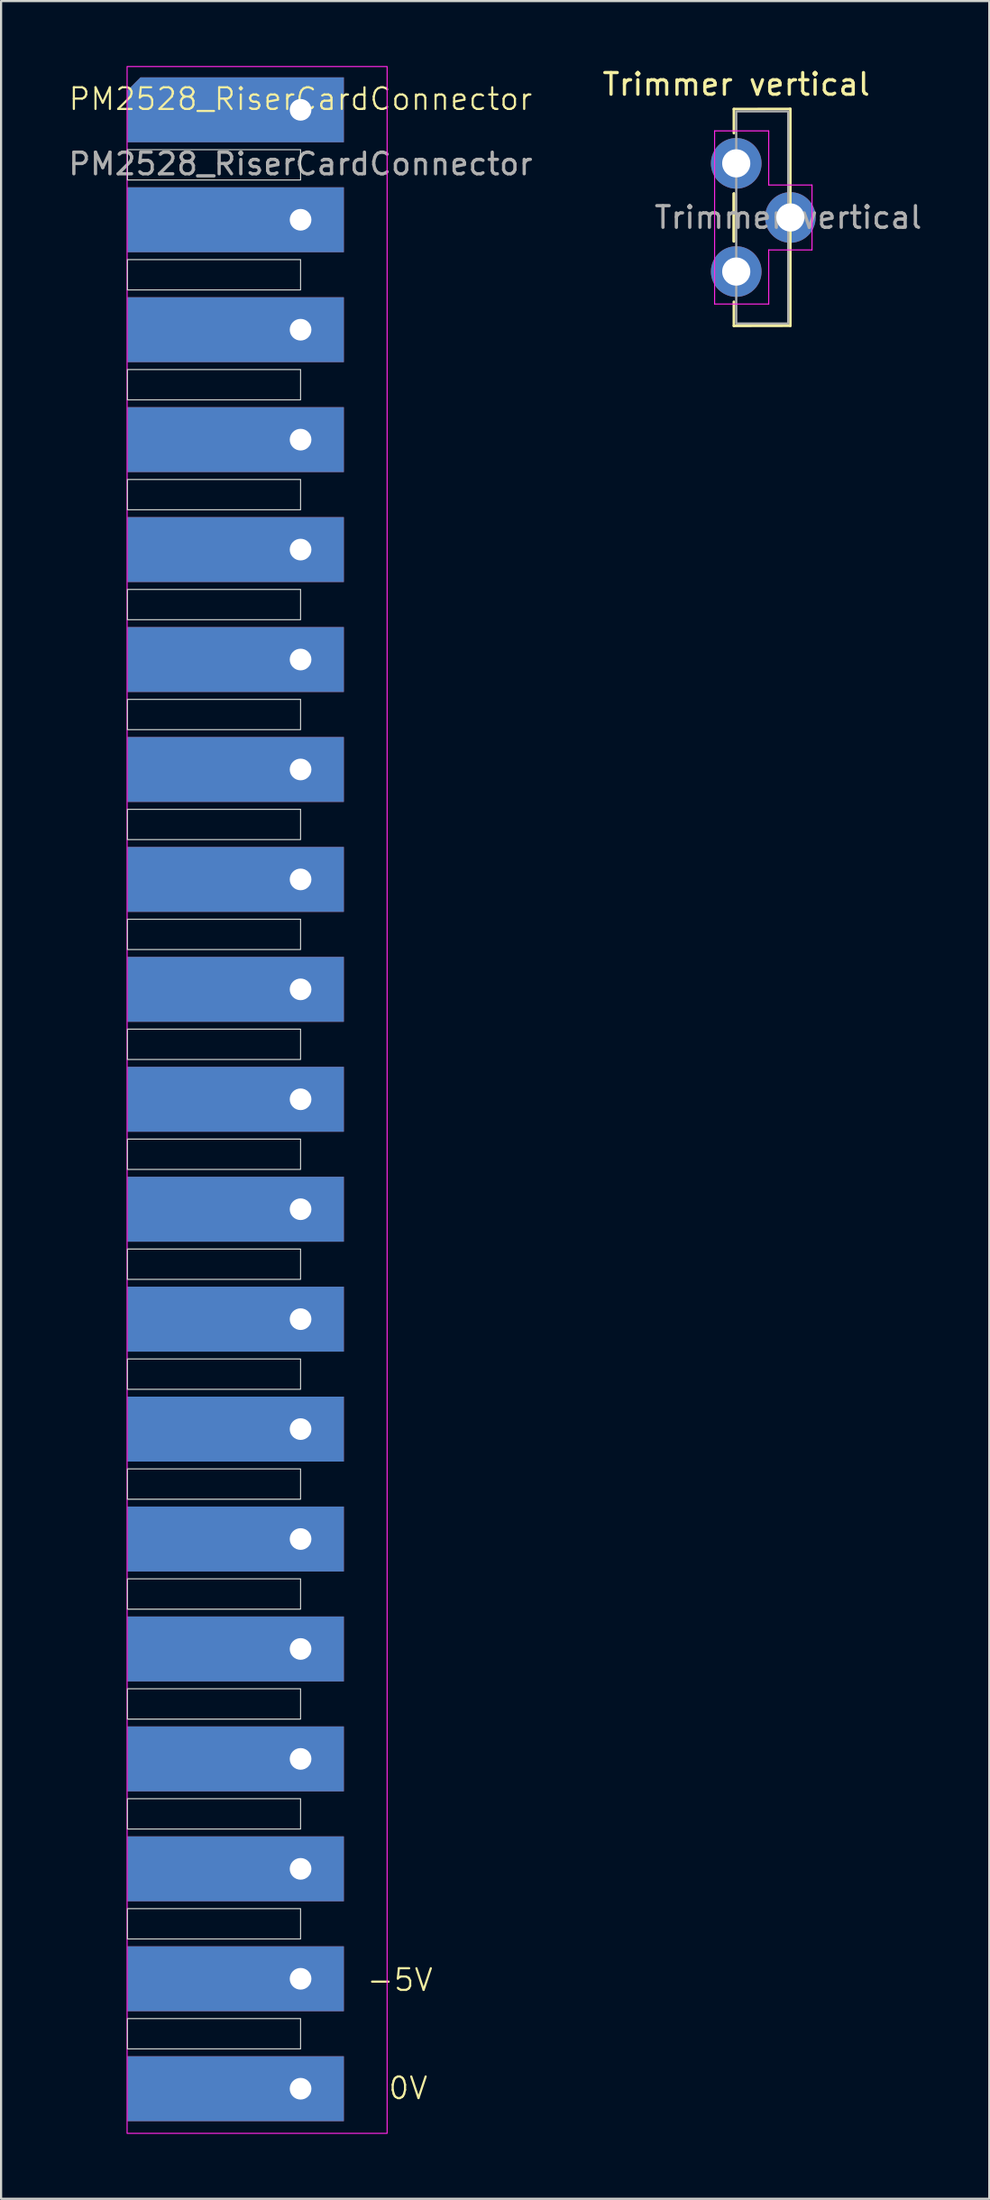
<source format=kicad_pcb>
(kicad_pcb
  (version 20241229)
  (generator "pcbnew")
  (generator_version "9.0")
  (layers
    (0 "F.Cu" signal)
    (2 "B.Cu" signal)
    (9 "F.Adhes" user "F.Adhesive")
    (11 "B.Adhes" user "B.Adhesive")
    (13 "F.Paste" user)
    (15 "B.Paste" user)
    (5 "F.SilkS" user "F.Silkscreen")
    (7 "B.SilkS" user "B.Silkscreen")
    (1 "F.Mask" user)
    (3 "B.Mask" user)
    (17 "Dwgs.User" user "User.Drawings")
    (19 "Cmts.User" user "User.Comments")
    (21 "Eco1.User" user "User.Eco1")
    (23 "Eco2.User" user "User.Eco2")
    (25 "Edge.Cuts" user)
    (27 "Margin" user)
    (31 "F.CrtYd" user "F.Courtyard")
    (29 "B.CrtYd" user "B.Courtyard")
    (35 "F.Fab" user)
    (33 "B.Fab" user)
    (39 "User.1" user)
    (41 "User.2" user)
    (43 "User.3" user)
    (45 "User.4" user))
  (footprint "Trimmer vertical"
    (layer "F.Cu")
    (at 30.97 4.498)
    (property "Reference" "Trimmer vertical" (at 0 -3.65 0) (layer "F.SilkS") (effects (font (size 1 1) (thickness 0.15))))
    (attr through_hole)
    (fp_line (start -0.11 -2.51) (end -0.11 -1.396) (stroke (width 0.12) (type solid)) (layer "F.SilkS"))
    (fp_line (start -0.11 1.396) (end -0.11 3.604) (stroke (width 0.12) (type solid)) (layer "F.SilkS"))
    (fp_line (start -0.11 1.396) (end -0.11 3.604) (stroke (width 0.12) (type solid)) (layer "F.SilkS"))
    (fp_line (start -0.11 6.396) (end -0.11 7.51) (stroke (width 0.12) (type solid)) (layer "F.SilkS"))
    (fp_line (start 2.5 -2.515) (end -0.11 -2.51) (stroke (width 0.12) (type solid)) (layer "F.SilkS"))
    (fp_line (start 2.5 -2.515) (end 2.5 7.505) (stroke (width 0.12) (type solid)) (layer "F.SilkS"))
    (fp_line (start 2.5 7.505) (end -0.11 7.51) (stroke (width 0.12) (type solid)) (layer "F.SilkS"))
    (fp_line (start -1 -1.5) (end -1 6.5) (stroke (width 0.05) (type default)) (layer "F.CrtYd"))
    (fp_line (start -1 6.5) (end 1.5 6.5) (stroke (width 0.05) (type default)) (layer "F.CrtYd"))
    (fp_line (start 1.5 -1.5) (end -1 -1.5) (stroke (width 0.05) (type default)) (layer "F.CrtYd"))
    (fp_line (start 1.5 1) (end 1.5 -1.5) (stroke (width 0.05) (type default)) (layer "F.CrtYd"))
    (fp_line (start 1.5 4) (end 3.5 4) (stroke (width 0.05) (type default)) (layer "F.CrtYd"))
    (fp_line (start 1.5 6.5) (end 1.5 4) (stroke (width 0.05) (type default)) (layer "F.CrtYd"))
    (fp_line (start 3.5 1) (end 1.5 1) (stroke (width 0.05) (type default)) (layer "F.CrtYd"))
    (fp_line (start 3.5 4) (end 3.5 1) (stroke (width 0.05) (type default)) (layer "F.CrtYd"))
    (fp_rect (start 2.4 -2.4) (end 0 7.4) (stroke (width 0.1) (type solid)) (fill no) (layer "F.Fab"))
    (fp_text user "${REFERENCE}" (at 2.4 2.5 0) (layer "F.Fab") (effects (font (size 1 1) (thickness 0.15))))
    (pad "1" thru_hole circle (at 0 0) (size 2.34 2.34) (drill 1.3) (layers "*.Cu" "*.Mask"))
    (pad "2" thru_hole circle (at 2.5 2.5) (size 2.34 2.34) (drill 1.3) (layers "*.Cu" "*.Mask"))
    (pad "3" thru_hole circle (at 0 5) (size 2.34 2.34) (drill 1.3) (layers "*.Cu" "*.Mask")))
  (footprint "PM2528_RiserCardConnector"
    (layer "F.Cu")
    (at 10.839 2.025)
    (property "Reference" "PM2528_RiserCardConnector" (at 0 -0.5 0) (unlocked yes) (layer "F.SilkS") (effects (font (size 1 1) (thickness 0.1))))
    (attr through_hole)
    (fp_rect (start -8 1.84) (end 0 3.24) (stroke (width 0.05) (type default)) (fill no) (layer "Edge.Cuts"))
    (fp_rect (start -8 6.92) (end 0 8.32) (stroke (width 0.05) (type default)) (fill no) (layer "Edge.Cuts"))
    (fp_rect (start -8 12) (end 0 13.4) (stroke (width 0.05) (type default)) (fill no) (layer "Edge.Cuts"))
    (fp_rect (start -8 17.08) (end 0 18.48) (stroke (width 0.05) (type default)) (fill no) (layer "Edge.Cuts"))
    (fp_rect (start -8 22.16) (end 0 23.56) (stroke (width 0.05) (type default)) (fill no) (layer "Edge.Cuts"))
    (fp_rect (start -8 27.24) (end 0 28.64) (stroke (width 0.05) (type default)) (fill no) (layer "Edge.Cuts"))
    (fp_rect (start -8 32.32) (end 0 33.72) (stroke (width 0.05) (type default)) (fill no) (layer "Edge.Cuts"))
    (fp_rect (start -8 37.4) (end 0 38.8) (stroke (width 0.05) (type default)) (fill no) (layer "Edge.Cuts"))
    (fp_rect (start -8 42.48) (end 0 43.88) (stroke (width 0.05) (type default)) (fill no) (layer "Edge.Cuts"))
    (fp_rect (start -8 47.56) (end 0 48.96) (stroke (width 0.05) (type default)) (fill no) (layer "Edge.Cuts"))
    (fp_rect (start -8 52.64) (end 0 54.04) (stroke (width 0.05) (type default)) (fill no) (layer "Edge.Cuts"))
    (fp_rect (start -8 57.72) (end 0 59.12) (stroke (width 0.05) (type default)) (fill no) (layer "Edge.Cuts"))
    (fp_rect (start -8 62.8) (end 0 64.2) (stroke (width 0.05) (type default)) (fill no) (layer "Edge.Cuts"))
    (fp_rect (start -8 67.88) (end 0 69.28) (stroke (width 0.05) (type default)) (fill no) (layer "Edge.Cuts"))
    (fp_rect (start -8 72.96) (end 0 74.36) (stroke (width 0.05) (type default)) (fill no) (layer "Edge.Cuts"))
    (fp_rect (start -8 78.04) (end 0 79.44) (stroke (width 0.05) (type default)) (fill no) (layer "Edge.Cuts"))
    (fp_rect (start -8 83.12) (end 0 84.52) (stroke (width 0.05) (type default)) (fill no) (layer "Edge.Cuts"))
    (fp_rect (start -8 88.2) (end 0 89.6) (stroke (width 0.05) (type default)) (fill no) (layer "Edge.Cuts"))
    (fp_rect (start -8.016 -2) (end 3.999 93.5) (stroke (width 0.05) (type default)) (fill no) (layer "F.CrtYd"))
    (fp_text user "0V" (at 4 92 0) (unlocked yes) (layer "F.SilkS") (effects (font (size 1 1) (thickness 0.1)) (justify left bottom)))
    (fp_text user "-5V" (at 3 87 0) (unlocked yes) (layer "F.SilkS") (effects (font (size 1 1) (thickness 0.1)) (justify left bottom)))
    (fp_text user "${REFERENCE}" (at 0 2.5 0) (unlocked yes) (layer "F.Fab") (effects (font (size 1 1) (thickness 0.15))))
    (pad "1" thru_hole rect (at 0 91.44) (size 10 3) (drill 1 (offset -3 0)) (layers "*.Cu" "*.Mask"))
    (pad "2" thru_hole rect (at 0 86.36) (size 10 3) (drill 1 (offset -3 0)) (layers "*.Cu" "*.Mask"))
    (pad "3" thru_hole rect (at 0 81.28) (size 10 3) (drill 1 (offset -3 0)) (layers "*.Cu" "*.Mask"))
    (pad "4" thru_hole rect (at 0 76.2) (size 10 3) (drill 1 (offset -3 0)) (layers "*.Cu" "*.Mask"))
    (pad "5" thru_hole rect (at 0 71.12) (size 10 3) (drill 1 (offset -3 0)) (layers "*.Cu" "*.Mask"))
    (pad "6" thru_hole rect (at 0 66.04) (size 10 3) (drill 1 (offset -3 0)) (layers "*.Cu" "*.Mask"))
    (pad "7" thru_hole rect (at 0 60.96) (size 10 3) (drill 1 (offset -3 0)) (layers "*.Cu" "*.Mask"))
    (pad "8" thru_hole rect (at 0 55.88) (size 10 3) (drill 1 (offset -3 0)) (layers "*.Cu" "*.Mask"))
    (pad "9" thru_hole rect (at 0 50.8) (size 10 3) (drill 1 (offset -3 0)) (layers "*.Cu" "*.Mask"))
    (pad "10" thru_hole rect (at 0 45.72) (size 10 3) (drill 1 (offset -3 0)) (layers "*.Cu" "*.Mask"))
    (pad "11" thru_hole rect (at 0 40.64) (size 10 3) (drill 1 (offset -3 0)) (layers "*.Cu" "*.Mask"))
    (pad "12" thru_hole rect (at 0 35.56) (size 10 3) (drill 1 (offset -3 0)) (layers "*.Cu" "*.Mask"))
    (pad "13" thru_hole rect (at 0 30.48) (size 10 3) (drill 1 (offset -3 0)) (layers "*.Cu" "*.Mask"))
    (pad "14" thru_hole rect (at 0 25.4) (size 10 3) (drill 1 (offset -3 0)) (layers "*.Cu" "*.Mask"))
    (pad "15" thru_hole rect (at 0 20.32) (size 10 3) (drill 1 (offset -3 0)) (layers "*.Cu" "*.Mask"))
    (pad "16" thru_hole rect (at 0 15.24) (size 10 3) (drill 1 (offset -3 0)) (layers "*.Cu" "*.Mask"))
    (pad "17" thru_hole rect (at 0 10.16) (size 10 3) (drill 1 (offset -3 0)) (layers "*.Cu" "*.Mask"))
    (pad "18" thru_hole rect (at 0 5.08) (size 10 3) (drill 1 (offset -3 0)) (layers "*.Cu" "*.Mask"))
    (pad "19" thru_hole roundrect (at 0 0) (size 10 3) (drill 1 (offset -3 0)) (layers "*.Cu" "*.Mask") (roundrect_rratio 0) (chamfer_ratio 0.2) (chamfer top_left)))
  (gr_rect
    (start -3 -3)
    (end 42.662 98.55)
    (stroke (width 0.1) (type default))
    (fill no)
    (layer "Edge.Cuts")))
</source>
